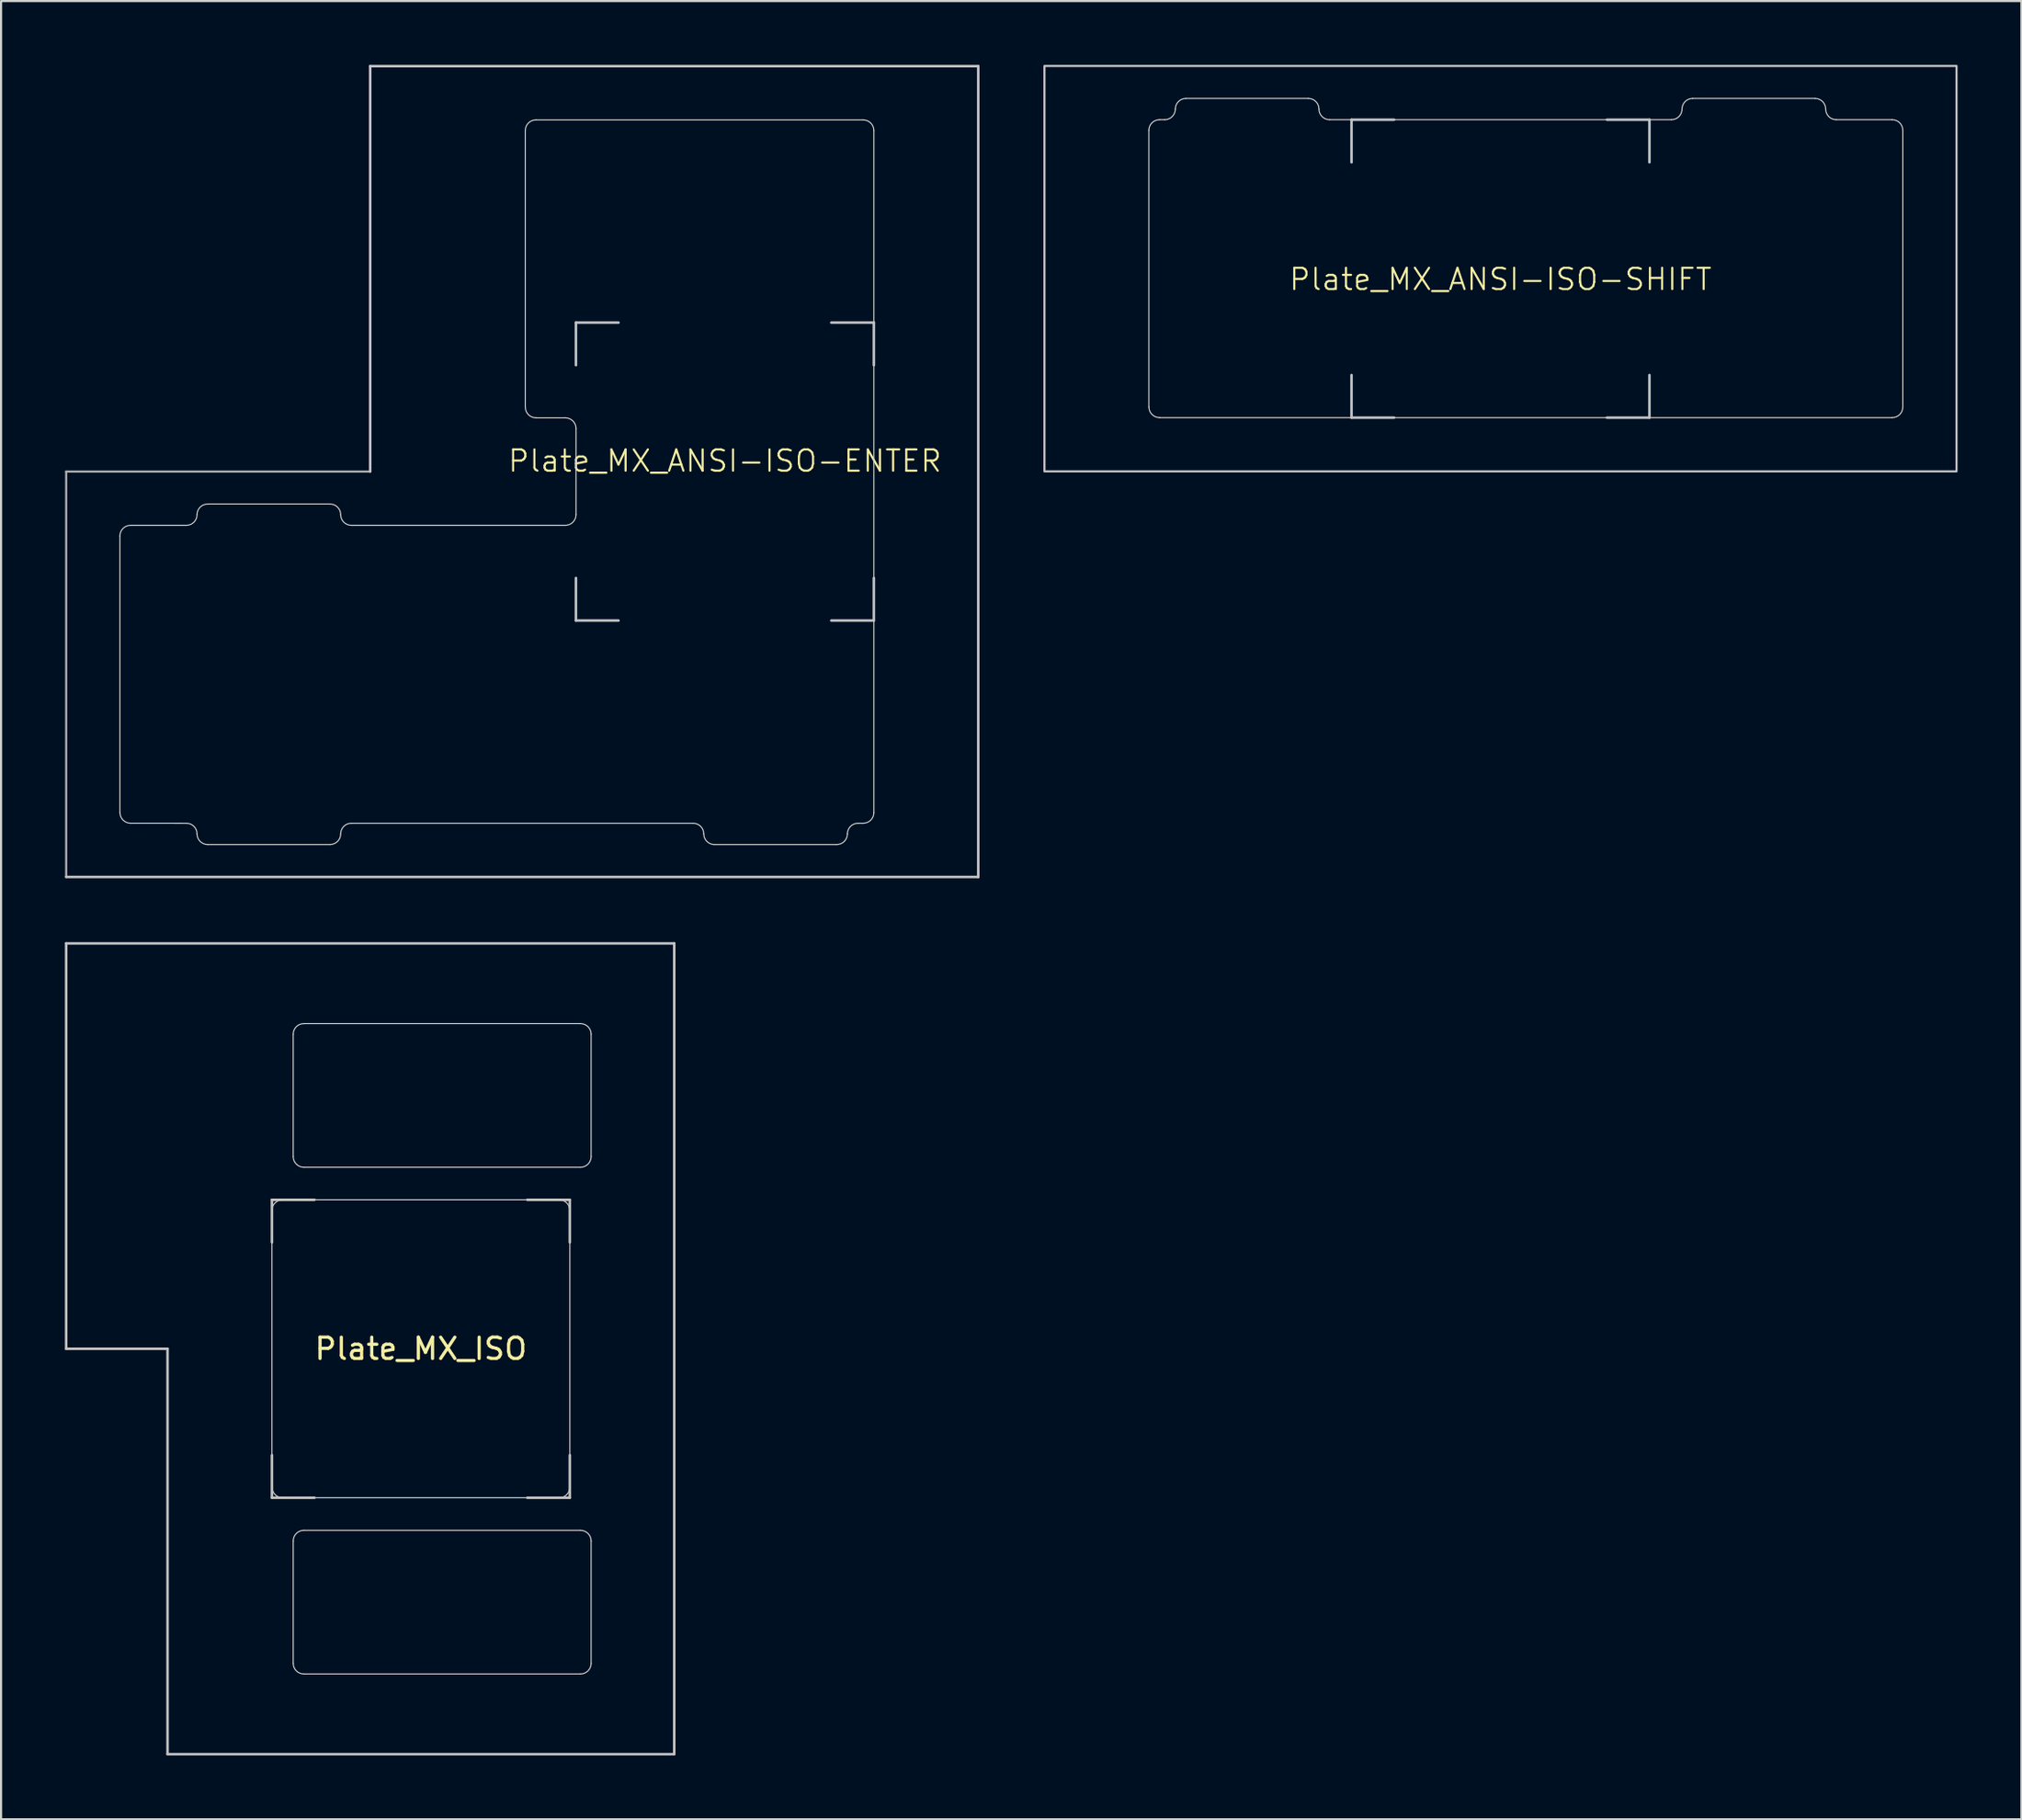
<source format=kicad_pcb>
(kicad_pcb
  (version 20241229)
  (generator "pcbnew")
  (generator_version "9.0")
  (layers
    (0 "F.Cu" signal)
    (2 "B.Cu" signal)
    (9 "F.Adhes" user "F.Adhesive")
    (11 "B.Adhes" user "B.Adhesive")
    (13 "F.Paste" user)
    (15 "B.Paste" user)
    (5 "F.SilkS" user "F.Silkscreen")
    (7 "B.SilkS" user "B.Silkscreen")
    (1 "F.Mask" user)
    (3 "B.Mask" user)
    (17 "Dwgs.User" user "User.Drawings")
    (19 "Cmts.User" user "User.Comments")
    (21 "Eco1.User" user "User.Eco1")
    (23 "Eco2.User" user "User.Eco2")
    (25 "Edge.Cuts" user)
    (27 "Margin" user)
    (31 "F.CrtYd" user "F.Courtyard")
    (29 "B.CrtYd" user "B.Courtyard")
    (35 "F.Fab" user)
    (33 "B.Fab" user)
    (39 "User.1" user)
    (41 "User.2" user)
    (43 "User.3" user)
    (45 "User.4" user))
  (footprint "Plate_MX_ANSI-ISO-ENTER"
    (layer "F.Cu")
    (at 31.016 19.11)
    (property "Reference" "Plate_MX_ANSI-ISO-ENTER" (at 0 -0.5 0) (unlocked yes) (layer "F.SilkS") (effects (font (size 1 1) (thickness 0.1))))
    (attr exclude_from_pos_files exclude_from_bom allow_missing_courtyard)
    (fp_line (start -30.956 19.05) (end 11.906 19.05) (stroke (width 0.12) (type solid)) (layer "Dwgs.User"))
    (fp_line (start -16.669 -19.05) (end -16.669 0) (stroke (width 0.12) (type solid)) (layer "Dwgs.User"))
    (fp_line (start -7 -7) (end -5 -7) (stroke (width 0.12) (type solid)) (layer "Dwgs.User"))
    (fp_line (start -7 -5) (end -7 -7) (stroke (width 0.12) (type solid)) (layer "Dwgs.User"))
    (fp_line (start -7 7) (end -7 5) (stroke (width 0.12) (type solid)) (layer "Dwgs.User"))
    (fp_line (start -5 7) (end -7 7) (stroke (width 0.12) (type solid)) (layer "Dwgs.User"))
    (fp_line (start 7 -7) (end 5 -7) (stroke (width 0.12) (type solid)) (layer "Dwgs.User"))
    (fp_line (start 7 -5) (end 7 -7) (stroke (width 0.12) (type solid)) (layer "Dwgs.User"))
    (fp_line (start 7 5) (end 7 7) (stroke (width 0.12) (type solid)) (layer "Dwgs.User"))
    (fp_line (start 7 7) (end 5 7) (stroke (width 0.12) (type solid)) (layer "Dwgs.User"))
    (fp_line (start 11.906 -19.05) (end -16.669 -19.05) (stroke (width 0.12) (type solid)) (layer "Dwgs.User"))
    (fp_line (start 11.906 19.05) (end 11.906 -19.05) (stroke (width 0.12) (type solid)) (layer "Dwgs.User"))
    (fp_line (start -28.431 3.025) (end -28.431 16.025) (stroke (width 0.05) (type solid)) (layer "Edge.Cuts"))
    (fp_line (start -25.306 2.525) (end -27.931 2.525) (stroke (width 0.05) (type solid)) (layer "Edge.Cuts"))
    (fp_line (start -25.306 16.525) (end -27.928 16.524) (stroke (width 0.05) (type default)) (layer "Edge.Cuts"))
    (fp_line (start -24.306 17.525) (end -18.556 17.525) (stroke (width 0.05) (type solid)) (layer "Edge.Cuts"))
    (fp_line (start -18.556 1.525) (end -24.306 1.525) (stroke (width 0.05) (type solid)) (layer "Edge.Cuts"))
    (fp_line (start -17.556 2.525) (end -7.497 2.525) (stroke (width 0.05) (type default)) (layer "Edge.Cuts"))
    (fp_line (start -9.381 -16.025) (end -9.381 -3.025) (stroke (width 0.05) (type solid)) (layer "Edge.Cuts"))
    (fp_line (start -8.881 -2.525) (end -7.497 -2.525) (stroke (width 0.05) (type solid)) (layer "Edge.Cuts"))
    (fp_line (start -6.997 -2.025) (end -6.997 2.025) (stroke (width 0.05) (type solid)) (layer "Edge.Cuts"))
    (fp_line (start -1.494 16.525) (end -17.556 16.525) (stroke (width 0.05) (type default)) (layer "Edge.Cuts"))
    (fp_line (start -0.494 17.525) (end 5.256 17.525) (stroke (width 0.05) (type solid)) (layer "Edge.Cuts"))
    (fp_line (start 6.5 -16.525) (end -8.881 -16.525) (stroke (width 0.05) (type solid)) (layer "Edge.Cuts"))
    (fp_line (start 6.5 16.525) (end 6.256 16.525) (stroke (width 0.05) (type default)) (layer "Edge.Cuts"))
    (fp_line (start 7 16.025) (end 7 -16.025) (stroke (width 0.05) (type solid)) (layer "Edge.Cuts"))
    (fp_arc (start -28.43125 3.025) (mid -28.284803 2.671447) (end -27.93125 2.525) (stroke (width 0.05) (type solid)) (layer "Edge.Cuts"))
    (fp_arc (start -27.928486 16.523884) (mid -28.282039 16.377437) (end -28.428486 16.023884) (stroke (width 0.05) (type solid)) (layer "Edge.Cuts"))
    (fp_arc (start -25.30625 16.525001) (mid -24.952697 16.671448) (end -24.80625 17.025001) (stroke (width 0.05) (type solid)) (layer "Edge.Cuts"))
    (fp_arc (start -24.80625 2.024999) (mid -24.952722 2.378527) (end -25.30625 2.524999) (stroke (width 0.05) (type solid)) (layer "Edge.Cuts"))
    (fp_arc (start -24.80625 2.024999) (mid -24.659813 1.671436) (end -24.30625 1.524999) (stroke (width 0.05) (type solid)) (layer "Edge.Cuts"))
    (fp_arc (start -24.30625 17.525001) (mid -24.659803 17.378554) (end -24.80625 17.025001) (stroke (width 0.05) (type solid)) (layer "Edge.Cuts"))
    (fp_arc (start -18.55625 1.524999) (mid -18.202722 1.671471) (end -18.05625 2.024999) (stroke (width 0.05) (type solid)) (layer "Edge.Cuts"))
    (fp_arc (start -18.05625 17.025001) (mid -18.202697 17.378554) (end -18.55625 17.525001) (stroke (width 0.05) (type solid)) (layer "Edge.Cuts"))
    (fp_arc (start -18.05625 17.025001) (mid -17.909803 16.671448) (end -17.55625 16.525001) (stroke (width 0.05) (type solid)) (layer "Edge.Cuts"))
    (fp_arc (start -17.55625 2.524999) (mid -17.909778 2.378527) (end -18.05625 2.024999) (stroke (width 0.05) (type solid)) (layer "Edge.Cuts"))
    (fp_arc (start -9.38125 -16.025) (mid -9.234803 -16.378553) (end -8.88125 -16.525) (stroke (width 0.05) (type solid)) (layer "Edge.Cuts"))
    (fp_arc (start -8.878486 -2.526116) (mid -9.232039 -2.672563) (end -9.378486 -3.026116) (stroke (width 0.05) (type solid)) (layer "Edge.Cuts"))
    (fp_arc (start -7.497236 -2.525) (mid -7.143708 -2.378528) (end -6.997236 -2.025) (stroke (width 0.05) (type solid)) (layer "Edge.Cuts"))
    (fp_arc (start -6.997236 2.024999) (mid -7.143708 2.378527) (end -7.497236 2.524999) (stroke (width 0.05) (type solid)) (layer "Edge.Cuts"))
    (fp_arc (start -1.49375 16.525001) (mid -1.140197 16.671448) (end -0.99375 17.025001) (stroke (width 0.05) (type solid)) (layer "Edge.Cuts"))
    (fp_arc (start -0.49375 17.525001) (mid -0.847271 17.378537) (end -0.99375 17.025001) (stroke (width 0.05) (type solid)) (layer "Edge.Cuts"))
    (fp_arc (start 5.75625 17.025001) (mid 5.609806 17.378571) (end 5.25625 17.525001) (stroke (width 0.05) (type solid)) (layer "Edge.Cuts"))
    (fp_arc (start 5.75625 17.025001) (mid 5.902697 16.671448) (end 6.25625 16.525001) (stroke (width 0.05) (type solid)) (layer "Edge.Cuts"))
    (fp_arc (start 6.5 -16.525) (mid 6.853528 -16.378528) (end 7 -16.025) (stroke (width 0.05) (type solid)) (layer "Edge.Cuts"))
    (fp_arc (start 7 16.025) (mid 6.853528 16.378528) (end 6.5 16.525) (stroke (width 0.05) (type solid)) (layer "Edge.Cuts"))
    (fp_line (start -30.956 0) (end -30.956 19.05) (stroke (width 0.1) (type default)) (layer "F.Fab"))
    (fp_line (start -16.669 0) (end -30.956 0) (stroke (width 0.1) (type default)) (layer "F.Fab")))
  (footprint "Plate_MX_ISO"
    (layer "F.Cu")
    (at 16.729 60.33)
    (property "Reference" "Plate_MX_ISO" (at 0 0 180) (layer "F.SilkS") (effects (font (size 1 1) (thickness 0.15))))
    (attr through_hole exclude_from_pos_files exclude_from_bom allow_missing_courtyard)
    (fp_line (start -16.669 -19.05) (end -16.669 0) (stroke (width 0.12) (type solid)) (layer "Dwgs.User"))
    (fp_line (start -16.669 0) (end -11.906 0) (stroke (width 0.12) (type solid)) (layer "Dwgs.User"))
    (fp_line (start -11.906 0) (end -11.906 19.05) (stroke (width 0.12) (type solid)) (layer "Dwgs.User"))
    (fp_line (start -11.906 19.05) (end 11.906 19.05) (stroke (width 0.12) (type solid)) (layer "Dwgs.User"))
    (fp_line (start -7 -7) (end -5 -7) (stroke (width 0.12) (type solid)) (layer "Dwgs.User"))
    (fp_line (start -7 -5) (end -7 -7) (stroke (width 0.12) (type solid)) (layer "Dwgs.User"))
    (fp_line (start -7 7) (end -7 5) (stroke (width 0.12) (type solid)) (layer "Dwgs.User"))
    (fp_line (start -5 7) (end -7 7) (stroke (width 0.12) (type solid)) (layer "Dwgs.User"))
    (fp_line (start 7 -7) (end 5 -7) (stroke (width 0.12) (type solid)) (layer "Dwgs.User"))
    (fp_line (start 7 -5) (end 7 -7) (stroke (width 0.12) (type solid)) (layer "Dwgs.User"))
    (fp_line (start 7 5) (end 7 7) (stroke (width 0.12) (type solid)) (layer "Dwgs.User"))
    (fp_line (start 7 7) (end 5 7) (stroke (width 0.12) (type solid)) (layer "Dwgs.User"))
    (fp_line (start 11.906 -19.05) (end -16.669 -19.05) (stroke (width 0.12) (type solid)) (layer "Dwgs.User"))
    (fp_line (start 11.906 19.05) (end 11.906 -19.05) (stroke (width 0.12) (type solid)) (layer "Dwgs.User"))
    (fp_line (start -7 -6.5) (end -7 6.5) (stroke (width 0.05) (type solid)) (layer "Edge.Cuts"))
    (fp_line (start -6.5 7) (end 6.5 7) (stroke (width 0.05) (type solid)) (layer "Edge.Cuts"))
    (fp_line (start -6 -9.031) (end -6 -14.781) (stroke (width 0.05) (type solid)) (layer "Edge.Cuts"))
    (fp_line (start -6 14.782) (end -6 9.032) (stroke (width 0.05) (type solid)) (layer "Edge.Cuts"))
    (fp_line (start -5.5 -15.281) (end 7.5 -15.281) (stroke (width 0.05) (type solid)) (layer "Edge.Cuts"))
    (fp_line (start -5.5 -8.531) (end 7.5 -8.531) (stroke (width 0.05) (type solid)) (layer "Edge.Cuts"))
    (fp_line (start -5.5 8.532) (end 7.5 8.532) (stroke (width 0.05) (type solid)) (layer "Edge.Cuts"))
    (fp_line (start -5.5 15.282) (end 7.5 15.282) (stroke (width 0.05) (type solid)) (layer "Edge.Cuts"))
    (fp_line (start 6.5 -7) (end -6.5 -7) (stroke (width 0.05) (type solid)) (layer "Edge.Cuts"))
    (fp_line (start 7 6.5) (end 7 -6.5) (stroke (width 0.05) (type solid)) (layer "Edge.Cuts"))
    (fp_line (start 8 -9.031) (end 8 -14.781) (stroke (width 0.05) (type solid)) (layer "Edge.Cuts"))
    (fp_line (start 8 14.782) (end 8 9.032) (stroke (width 0.05) (type solid)) (layer "Edge.Cuts"))
    (fp_arc (start -7 -6.5) (mid -6.853553 -6.853553) (end -6.5 -7) (stroke (width 0.05) (type solid)) (layer "Edge.Cuts"))
    (fp_arc (start -6.497236 6.998884) (mid -6.850789 6.852437) (end -6.997236 6.498884) (stroke (width 0.05) (type solid)) (layer "Edge.Cuts"))
    (fp_arc (start -5.999999 -14.780645) (mid -5.853552 -15.134198) (end -5.499999 -15.280645) (stroke (width 0.05) (type solid)) (layer "Edge.Cuts"))
    (fp_arc (start -5.999999 9.031855) (mid -5.853552 8.678302) (end -5.499999 8.531855) (stroke (width 0.05) (type solid)) (layer "Edge.Cuts"))
    (fp_arc (start -5.499999 -8.530645) (mid -5.853552 -8.677092) (end -5.999999 -9.030645) (stroke (width 0.05) (type solid)) (layer "Edge.Cuts"))
    (fp_arc (start -5.499999 15.281855) (mid -5.853552 15.135408) (end -5.999999 14.781855) (stroke (width 0.05) (type solid)) (layer "Edge.Cuts"))
    (fp_arc (start 6.5 -7) (mid 6.853554 -6.853554) (end 7 -6.5) (stroke (width 0.05) (type solid)) (layer "Edge.Cuts"))
    (fp_arc (start 7 6.5) (mid 6.853554 6.853554) (end 6.5 7) (stroke (width 0.05) (type solid)) (layer "Edge.Cuts"))
    (fp_arc (start 7.500001 -15.280645) (mid 7.853554 -15.134198) (end 8.000001 -14.780645) (stroke (width 0.05) (type solid)) (layer "Edge.Cuts"))
    (fp_arc (start 7.500001 8.531855) (mid 7.853554 8.678302) (end 8.000001 9.031855) (stroke (width 0.05) (type solid)) (layer "Edge.Cuts"))
    (fp_arc (start 8.000001 -9.030645) (mid 7.853554 -8.677092) (end 7.500001 -8.530645) (stroke (width 0.05) (type solid)) (layer "Edge.Cuts"))
    (fp_arc (start 8.000001 14.781855) (mid 7.853554 15.135408) (end 7.500001 15.281855) (stroke (width 0.05) (type solid)) (layer "Edge.Cuts")))
  (footprint "Plate_MX_ANSI-ISO-SHIFT"
    (layer "F.Cu")
    (at 67.464 9.575)
    (property "Reference" "Plate_MX_ANSI-ISO-SHIFT" (at 0 0.5 0) (unlocked yes) (layer "F.SilkS") (effects (font (size 1 1) (thickness 0.1))))
    (attr exclude_from_pos_files exclude_from_bom allow_missing_courtyard)
    (fp_line (start -7 -7) (end -7 -5) (stroke (width 0.12) (type solid)) (layer "Dwgs.User"))
    (fp_line (start -7 7) (end -7 5) (stroke (width 0.12) (type solid)) (layer "Dwgs.User"))
    (fp_line (start -5 -7) (end -7 -7) (stroke (width 0.12) (type solid)) (layer "Dwgs.User"))
    (fp_line (start -5 7) (end -7 7) (stroke (width 0.12) (type solid)) (layer "Dwgs.User"))
    (fp_line (start 5 -7) (end 7 -7) (stroke (width 0.12) (type solid)) (layer "Dwgs.User"))
    (fp_line (start 7 -7) (end 7 -5) (stroke (width 0.12) (type solid)) (layer "Dwgs.User"))
    (fp_line (start 7 5) (end 7 7) (stroke (width 0.12) (type solid)) (layer "Dwgs.User"))
    (fp_line (start 7 7) (end 5 7) (stroke (width 0.12) (type solid)) (layer "Dwgs.User"))
    (fp_rect (start 21.431 9.525) (end -21.431 -9.525) (stroke (width 0.1) (type solid)) (fill no) (layer "Dwgs.User"))
    (fp_line (start -16.525 -6.5) (end -16.525 6.5) (stroke (width 0.05) (type solid)) (layer "Edge.Cuts"))
    (fp_line (start -16.025 7) (end 18.406 7) (stroke (width 0.05) (type solid)) (layer "Edge.Cuts"))
    (fp_line (start -15.781 -7) (end -16.025 -7) (stroke (width 0.05) (type default)) (layer "Edge.Cuts"))
    (fp_line (start -9.031 -8) (end -14.781 -8) (stroke (width 0.05) (type solid)) (layer "Edge.Cuts"))
    (fp_line (start 8.031 -7) (end -8.031 -7) (stroke (width 0.05) (type default)) (layer "Edge.Cuts"))
    (fp_line (start 14.781 -8) (end 9.031 -8) (stroke (width 0.05) (type solid)) (layer "Edge.Cuts"))
    (fp_line (start 18.406 -7) (end 15.781 -7) (stroke (width 0.05) (type default)) (layer "Edge.Cuts"))
    (fp_line (start 18.906 6.5) (end 18.906 -6.5) (stroke (width 0.05) (type solid)) (layer "Edge.Cuts"))
    (fp_arc (start -16.525 -6.5) (mid -16.378553 -6.853553) (end -16.025 -7) (stroke (width 0.05) (type solid)) (layer "Edge.Cuts"))
    (fp_arc (start -16.022236 6.998884) (mid -16.375789 6.852437) (end -16.522236 6.498884) (stroke (width 0.05) (type solid)) (layer "Edge.Cuts"))
    (fp_arc (start -15.28125 -7.500001) (mid -15.427687 -7.146438) (end -15.78125 -7.000001) (stroke (width 0.05) (type solid)) (layer "Edge.Cuts"))
    (fp_arc (start -15.28125 -7.500001) (mid -15.134806 -7.853571) (end -14.78125 -8.000001) (stroke (width 0.05) (type solid)) (layer "Edge.Cuts"))
    (fp_arc (start -9.03125 -8.000001) (mid -8.677729 -7.853537) (end -8.53125 -7.500001) (stroke (width 0.05) (type solid)) (layer "Edge.Cuts"))
    (fp_arc (start -8.03125 -7.000001) (mid -8.384813 -7.146438) (end -8.53125 -7.500001) (stroke (width 0.05) (type solid)) (layer "Edge.Cuts"))
    (fp_arc (start 8.53125 -7.500001) (mid 8.384813 -7.146438) (end 8.03125 -7.000001) (stroke (width 0.05) (type solid)) (layer "Edge.Cuts"))
    (fp_arc (start 8.53125 -7.500001) (mid 8.677697 -7.853554) (end 9.03125 -8.000001) (stroke (width 0.05) (type solid)) (layer "Edge.Cuts"))
    (fp_arc (start 14.78125 -8.000001) (mid 15.134803 -7.853554) (end 15.28125 -7.500001) (stroke (width 0.05) (type solid)) (layer "Edge.Cuts"))
    (fp_arc (start 15.78125 -7.000001) (mid 15.427687 -7.146438) (end 15.28125 -7.500001) (stroke (width 0.05) (type solid)) (layer "Edge.Cuts"))
    (fp_arc (start 18.40625 -7) (mid 18.759803 -6.853553) (end 18.90625 -6.5) (stroke (width 0.05) (type solid)) (layer "Edge.Cuts"))
    (fp_arc (start 18.90625 6.5) (mid 18.759803 6.853553) (end 18.40625 7) (stroke (width 0.05) (type solid)) (layer "Edge.Cuts")))
  (gr_rect
    (start -3 -3)
    (end 91.945 82.44)
    (stroke (width 0.1) (type default))
    (fill no)
    (layer "Edge.Cuts")))
</source>
